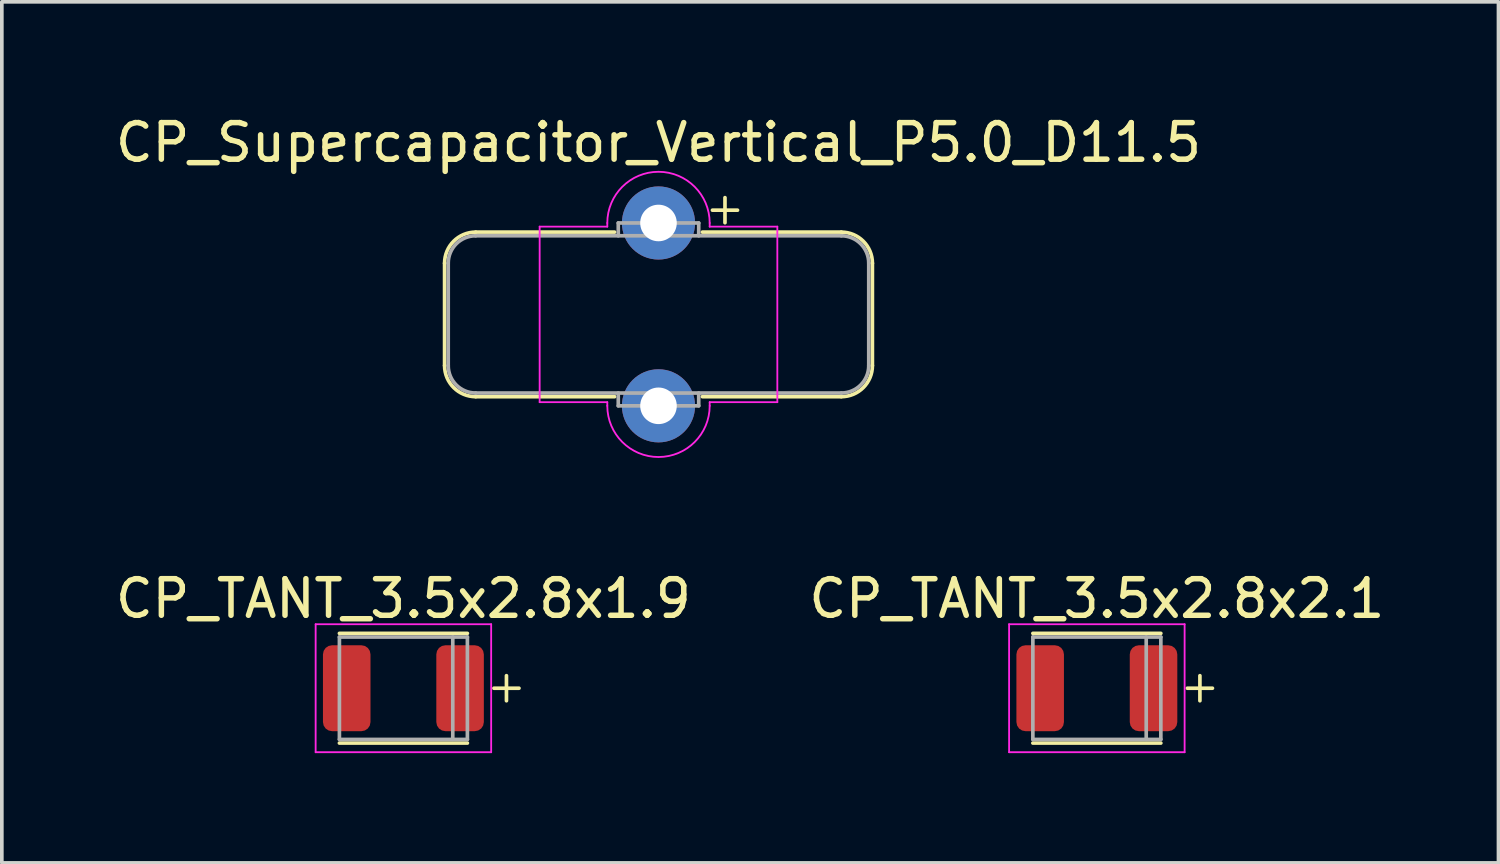
<source format=kicad_pcb>
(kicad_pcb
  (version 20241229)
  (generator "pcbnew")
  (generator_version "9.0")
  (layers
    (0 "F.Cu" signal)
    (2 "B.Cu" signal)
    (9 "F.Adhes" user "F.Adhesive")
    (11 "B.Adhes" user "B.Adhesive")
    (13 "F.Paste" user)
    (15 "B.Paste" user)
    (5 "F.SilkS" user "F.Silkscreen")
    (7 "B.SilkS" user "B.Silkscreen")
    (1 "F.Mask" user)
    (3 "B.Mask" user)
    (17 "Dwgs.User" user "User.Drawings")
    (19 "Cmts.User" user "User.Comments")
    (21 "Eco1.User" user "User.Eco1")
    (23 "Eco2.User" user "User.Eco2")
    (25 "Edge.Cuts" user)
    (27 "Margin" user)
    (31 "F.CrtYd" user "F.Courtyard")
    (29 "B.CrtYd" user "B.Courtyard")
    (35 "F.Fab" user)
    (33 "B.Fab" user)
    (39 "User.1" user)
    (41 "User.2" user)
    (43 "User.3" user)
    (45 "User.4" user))
  (footprint "CP_Supercapacitor_Vertical_P5.0_D11.5"
    (layer "F.Cu")
    (at 14.958 5.548)
    (property "Reference" "CP_Supercapacitor_Vertical_P5.0_D11.5" (at 0 -4.7 0) (layer "F.SilkS") (effects (font (size 1 1) (thickness 0.15))))
    (attr through_hole)
    (fp_line (start -5.85 1.4) (end -5.85 -1.4) (stroke (width 0.1) (type solid)) (layer "F.SilkS"))
    (fp_line (start -1.2 -2.25) (end -5 -2.25) (stroke (width 0.1) (type solid)) (layer "F.SilkS"))
    (fp_line (start -1.2 2.25) (end -5 2.25) (stroke (width 0.1) (type solid)) (layer "F.SilkS"))
    (fp_line (start 1.2 -2.25) (end 5 -2.25) (stroke (width 0.1) (type solid)) (layer "F.SilkS"))
    (fp_line (start 1.2 2.25) (end 5 2.25) (stroke (width 0.1) (type solid)) (layer "F.SilkS"))
    (fp_line (start 5.85 -1.4) (end 5.85 1.4) (stroke (width 0.1) (type solid)) (layer "F.SilkS"))
    (fp_arc (start -5.85 -1.4) (mid -5.601041 -2.001041) (end -5 -2.25) (stroke (width 0.1) (type solid)) (layer "F.SilkS"))
    (fp_arc (start -5 2.25) (mid -5.601041 2.001041) (end -5.85 1.4) (stroke (width 0.1) (type solid)) (layer "F.SilkS"))
    (fp_arc (start 5 -2.25) (mid 5.601041 -2.001041) (end 5.85 -1.4) (stroke (width 0.1) (type solid)) (layer "F.SilkS"))
    (fp_arc (start 5.85 1.4) (mid 5.601041 2.001041) (end 5 2.25) (stroke (width 0.1) (type solid)) (layer "F.SilkS"))
    (fp_line (start -5.75 1.4) (end -5.75 -1.4) (stroke (width 0.05) (type solid)) (layer "Eco2.User"))
    (fp_line (start -5.5 1.95) (end -5.5 -1.95) (stroke (width 0.05) (type solid)) (layer "Eco2.User"))
    (fp_line (start -5.05 2.15) (end -5.05 -2.15) (stroke (width 0.05) (type solid)) (layer "Eco2.User"))
    (fp_line (start -4.4 2.15) (end -4.4 -2.15) (stroke (width 0.05) (type solid)) (layer "Eco2.User"))
    (fp_line (start -3.25 2.4) (end -3.25 -2.4) (stroke (width 0.05) (type solid)) (layer "Eco2.User"))
    (fp_line (start 3.25 -2.4) (end 3.25 2.4) (stroke (width 0.05) (type solid)) (layer "Eco2.User"))
    (fp_line (start 4.4 -2.15) (end 4.4 2.15) (stroke (width 0.05) (type solid)) (layer "Eco2.User"))
    (fp_line (start 5.05 -2.15) (end 5.05 2.15) (stroke (width 0.05) (type solid)) (layer "Eco2.User"))
    (fp_line (start 5.5 -1.95) (end 5.5 1.95) (stroke (width 0.05) (type solid)) (layer "Eco2.User"))
    (fp_line (start 5.75 -1.4) (end 5.75 1.4) (stroke (width 0.05) (type solid)) (layer "Eco2.User"))
    (fp_line (start -3.25 -2.4) (end -1.4 -2.4) (stroke (width 0.05) (type solid)) (layer "F.CrtYd"))
    (fp_line (start -3.25 2.4) (end -3.25 -2.4) (stroke (width 0.05) (type solid)) (layer "F.CrtYd"))
    (fp_line (start -1.4 -2.4) (end -1.4 -2.5) (stroke (width 0.05) (type solid)) (layer "F.CrtYd"))
    (fp_line (start -1.4 2.4) (end -3.25 2.4) (stroke (width 0.05) (type solid)) (layer "F.CrtYd"))
    (fp_line (start -1.4 2.5) (end -1.4 2.4) (stroke (width 0.05) (type solid)) (layer "F.CrtYd"))
    (fp_line (start 1.4 -2.5) (end 1.4 -2.4) (stroke (width 0.05) (type solid)) (layer "F.CrtYd"))
    (fp_line (start 1.4 -2.4) (end 3.25 -2.4) (stroke (width 0.05) (type solid)) (layer "F.CrtYd"))
    (fp_line (start 1.4 2.4) (end 1.4 2.5) (stroke (width 0.05) (type solid)) (layer "F.CrtYd"))
    (fp_line (start 3.25 -2.4) (end 3.25 2.4) (stroke (width 0.05) (type solid)) (layer "F.CrtYd"))
    (fp_line (start 3.25 2.4) (end 1.4 2.4) (stroke (width 0.05) (type solid)) (layer "F.CrtYd"))
    (fp_arc (start -1.4 -2.5) (mid 0 -3.9) (end 1.4 -2.5) (stroke (width 0.05) (type solid)) (layer "F.CrtYd"))
    (fp_arc (start 1.4 2.5) (mid 0 3.9) (end -1.4 2.5) (stroke (width 0.05) (type solid)) (layer "F.CrtYd"))
    (fp_line (start -5.75 1.4) (end -5.75 -1.4) (stroke (width 0.1) (type solid)) (layer "F.Fab"))
    (fp_line (start -5 -2.15) (end 5 -2.15) (stroke (width 0.1) (type solid)) (layer "F.Fab"))
    (fp_line (start -5 2.15) (end 5 2.15) (stroke (width 0.1) (type solid)) (layer "F.Fab"))
    (fp_line (start -1.1 -2.5) (end 1.1 -2.5) (stroke (width 0.1) (type solid)) (layer "F.Fab"))
    (fp_line (start -1.1 -2.15) (end -1.1 -2.5) (stroke (width 0.1) (type solid)) (layer "F.Fab"))
    (fp_line (start -1.1 2.5) (end -1.1 2.15) (stroke (width 0.1) (type solid)) (layer "F.Fab"))
    (fp_line (start 1.1 -2.5) (end 1.1 -2.15) (stroke (width 0.1) (type solid)) (layer "F.Fab"))
    (fp_line (start 1.1 2.15) (end 1.1 2.5) (stroke (width 0.1) (type solid)) (layer "F.Fab"))
    (fp_line (start 1.1 2.5) (end -1.1 2.5) (stroke (width 0.1) (type solid)) (layer "F.Fab"))
    (fp_line (start 5.75 -1.4) (end 5.75 1.4) (stroke (width 0.1) (type solid)) (layer "F.Fab"))
    (fp_arc (start -5.75 -1.4) (mid -5.53033 -1.93033) (end -5 -2.15) (stroke (width 0.1) (type solid)) (layer "F.Fab"))
    (fp_arc (start -5 2.15) (mid -5.53033 1.93033) (end -5.75 1.4) (stroke (width 0.1) (type solid)) (layer "F.Fab"))
    (fp_arc (start 5 -2.15) (mid 5.53033 -1.93033) (end 5.75 -1.4) (stroke (width 0.1) (type solid)) (layer "F.Fab"))
    (fp_arc (start 5.75 1.4) (mid 5.53033 1.93033) (end 5 2.15) (stroke (width 0.1) (type solid)) (layer "F.Fab"))
    (fp_poly (pts (xy -0.4 2.4) (xy 0.4 2.4) (xy 0.4 2.6) (xy -0.4 2.6)) (stroke (width 0.1) (type solid)) (fill no) (layer "F.Fab"))
    (fp_poly (pts (xy 0.4 -2.4) (xy -0.4 -2.4) (xy -0.4 -2.6) (xy 0.4 -2.6)) (stroke (width 0.1) (type solid)) (fill no) (layer "F.Fab"))
    (fp_text user "+" (at 1.75 -2.85 90) (layer "F.SilkS") (effects (font (size 0.9 0.9) (thickness 0.1))))
    (fp_text user "2mm" (at -4.2 0 270) (layer "Eco2.User") (effects (font (size 0.25 0.25) (thickness 0.037))))
    (fp_text user "2mm" (at 4.2 0 90) (layer "Eco2.User") (effects (font (size 0.25 0.25) (thickness 0.037))))
    (fp_text user "4mm" (at -5.3 0 270) (layer "Eco2.User") (effects (font (size 0.25 0.25) (thickness 0.037))))
    (fp_text user "1mm" (at -3.05 0 270) (layer "Eco2.User") (effects (font (size 0.25 0.25) (thickness 0.037))))
    (fp_text user "3mm" (at 4.85 0 90) (layer "Eco2.User") (effects (font (size 0.25 0.25) (thickness 0.037))))
    (fp_text user "1mm" (at 3.05 0 90) (layer "Eco2.User") (effects (font (size 0.25 0.25) (thickness 0.037))))
    (fp_text user "4mm" (at 5.3 0 90) (layer "Eco2.User") (effects (font (size 0.25 0.25) (thickness 0.037))))
    (fp_text user "3mm" (at -4.85 0 270) (layer "Eco2.User") (effects (font (size 0.25 0.25) (thickness 0.037))))
    (pad "1" thru_hole circle (at 0 -2.5) (size 2 2) (drill 1) (layers "*.Cu" "*.Mask"))
    (pad "2" thru_hole circle (at 0 2.5) (size 2 2) (drill 1) (layers "*.Cu" "*.Mask")))
  (footprint "CP_TANT_3.5x2.8x2.1"
    (layer "F.Cu")
    (at 26.946 15.771)
    (property "Reference" "CP_TANT_3.5x2.8x2.1" (at 0 -2.45 180) (layer "F.SilkS") (effects (font (size 1 1) (thickness 0.15))))
    (attr smd)
    (fp_line (start 1.75 -1.5) (end -1.75 -1.5) (stroke (width 0.1) (type solid)) (layer "F.SilkS"))
    (fp_line (start 1.75 1.5) (end -1.75 1.5) (stroke (width 0.1) (type solid)) (layer "F.SilkS"))
    (fp_line (start -2.4 -1.75) (end 2.4 -1.75) (stroke (width 0.05) (type solid)) (layer "F.CrtYd"))
    (fp_line (start -2.4 1.75) (end -2.4 -1.75) (stroke (width 0.05) (type solid)) (layer "F.CrtYd"))
    (fp_line (start 2.4 -1.75) (end 2.4 1.75) (stroke (width 0.05) (type solid)) (layer "F.CrtYd"))
    (fp_line (start 2.4 1.75) (end -2.4 1.75) (stroke (width 0.05) (type solid)) (layer "F.CrtYd"))
    (fp_line (start -1.75 -1.4) (end -1.75 1.4) (stroke (width 0.1) (type solid)) (layer "F.Fab"))
    (fp_line (start -1.75 1.4) (end 1.75 1.4) (stroke (width 0.1) (type solid)) (layer "F.Fab"))
    (fp_line (start 1.35 1.4) (end 1.35 -1.4) (stroke (width 0.1) (type solid)) (layer "F.Fab"))
    (fp_line (start 1.75 -1.4) (end -1.75 -1.4) (stroke (width 0.1) (type solid)) (layer "F.Fab"))
    (fp_line (start 1.75 1.4) (end 1.75 -1.4) (stroke (width 0.1) (type solid)) (layer "F.Fab"))
    (fp_text user "+" (at 2.75 0 90) (layer "F.SilkS") (effects (font (size 0.9 0.9) (thickness 0.1))))
    (pad "1" smd roundrect (at 1.55 0 180) (size 1.3 2.35) (layers "F.Cu" "F.Mask" "F.Paste") (roundrect_rratio 0.192))
    (pad "2" smd roundrect (at -1.55 0 180) (size 1.3 2.35) (layers "F.Cu" "F.Mask" "F.Paste") (roundrect_rratio 0.192)))
  (footprint "CP_TANT_3.5x2.8x1.9"
    (layer "F.Cu")
    (at 7.982 15.771)
    (property "Reference" "CP_TANT_3.5x2.8x1.9" (at 0 -2.45 180) (layer "F.SilkS") (effects (font (size 1 1) (thickness 0.15))))
    (attr smd)
    (fp_line (start 1.75 -1.5) (end -1.75 -1.5) (stroke (width 0.1) (type solid)) (layer "F.SilkS"))
    (fp_line (start 1.75 1.5) (end -1.75 1.5) (stroke (width 0.1) (type solid)) (layer "F.SilkS"))
    (fp_line (start -2.4 -1.75) (end 2.4 -1.75) (stroke (width 0.05) (type solid)) (layer "F.CrtYd"))
    (fp_line (start -2.4 1.75) (end -2.4 -1.75) (stroke (width 0.05) (type solid)) (layer "F.CrtYd"))
    (fp_line (start 2.4 -1.75) (end 2.4 1.75) (stroke (width 0.05) (type solid)) (layer "F.CrtYd"))
    (fp_line (start 2.4 1.75) (end -2.4 1.75) (stroke (width 0.05) (type solid)) (layer "F.CrtYd"))
    (fp_line (start -1.75 -1.4) (end -1.75 1.4) (stroke (width 0.1) (type solid)) (layer "F.Fab"))
    (fp_line (start -1.75 1.4) (end 1.75 1.4) (stroke (width 0.1) (type solid)) (layer "F.Fab"))
    (fp_line (start 1.35 1.4) (end 1.35 -1.4) (stroke (width 0.1) (type solid)) (layer "F.Fab"))
    (fp_line (start 1.75 -1.4) (end -1.75 -1.4) (stroke (width 0.1) (type solid)) (layer "F.Fab"))
    (fp_line (start 1.75 1.4) (end 1.75 -1.4) (stroke (width 0.1) (type solid)) (layer "F.Fab"))
    (fp_text user "+" (at 2.75 0 90) (layer "F.SilkS") (effects (font (size 0.9 0.9) (thickness 0.1))))
    (pad "1" smd roundrect (at 1.55 0 180) (size 1.3 2.35) (layers "F.Cu" "F.Mask" "F.Paste") (roundrect_rratio 0.192))
    (pad "2" smd roundrect (at -1.55 0 180) (size 1.3 2.35) (layers "F.Cu" "F.Mask" "F.Paste") (roundrect_rratio 0.192)))
  (gr_rect
    (start -3 -3)
    (end 37.929 20.547)
    (stroke (width 0.1) (type default))
    (fill no)
    (layer "Edge.Cuts")))
</source>
